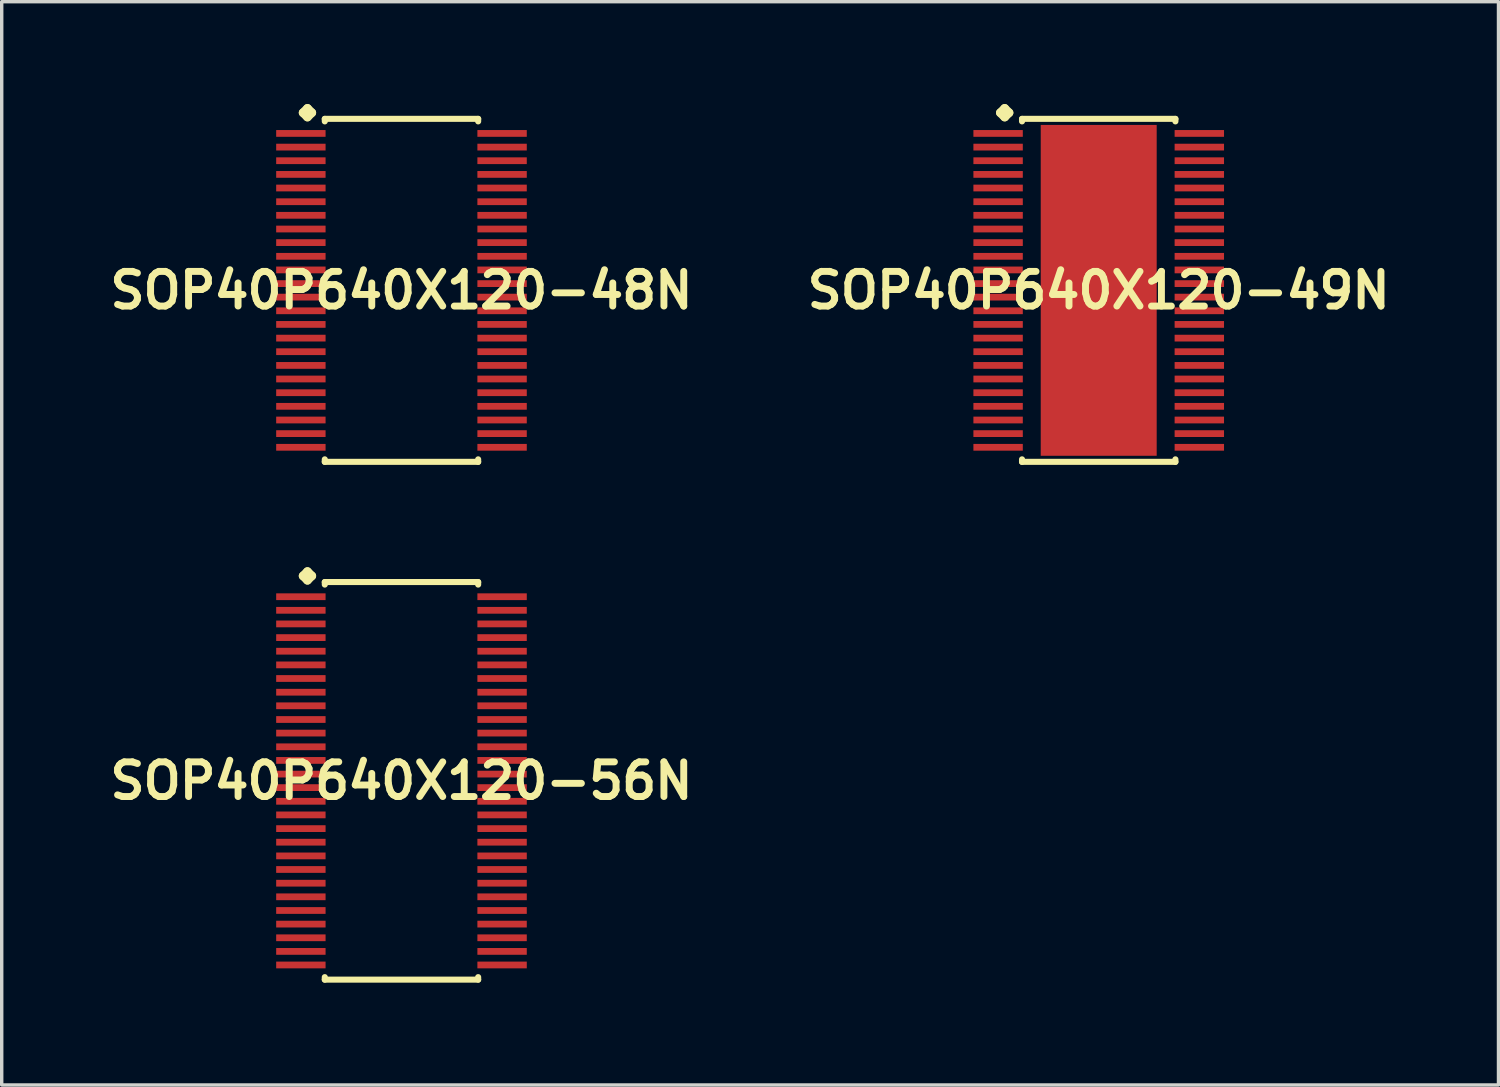
<source format=kicad_pcb>
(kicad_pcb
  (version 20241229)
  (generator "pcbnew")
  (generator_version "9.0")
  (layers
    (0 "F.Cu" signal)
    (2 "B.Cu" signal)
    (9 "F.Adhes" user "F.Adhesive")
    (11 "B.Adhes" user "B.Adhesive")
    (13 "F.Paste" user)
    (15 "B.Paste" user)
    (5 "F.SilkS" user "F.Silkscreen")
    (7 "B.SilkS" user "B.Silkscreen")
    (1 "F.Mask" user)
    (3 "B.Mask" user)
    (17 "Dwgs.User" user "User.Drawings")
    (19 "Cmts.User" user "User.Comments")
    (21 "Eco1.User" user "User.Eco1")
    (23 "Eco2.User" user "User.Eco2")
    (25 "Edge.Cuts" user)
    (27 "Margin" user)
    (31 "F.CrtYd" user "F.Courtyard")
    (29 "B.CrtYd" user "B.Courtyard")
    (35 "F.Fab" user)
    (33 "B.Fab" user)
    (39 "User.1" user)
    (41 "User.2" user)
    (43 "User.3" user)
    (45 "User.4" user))
  (footprint "SOP40P640X120-56N"
    (layer "F.Cu")
    (at 8.718 19.838)
    (property "Reference" "SOP40P640X120-56N" (at 0 0 0) (layer "F.SilkS") (effects (font (size 1.016 1.016) (thickness 0.203))))
    (attr smd)
    (fp_line (start -2.883 -6.007) (end -2.756 -6.134) (stroke (width 0.254) (type solid)) (layer "F.SilkS"))
    (fp_line (start -2.756 -6.134) (end -2.629 -6.007) (stroke (width 0.254) (type solid)) (layer "F.SilkS"))
    (fp_line (start -2.756 -5.88) (end -2.883 -6.007) (stroke (width 0.254) (type solid)) (layer "F.SilkS"))
    (fp_line (start -2.629 -6.007) (end -2.756 -5.88) (stroke (width 0.254) (type solid)) (layer "F.SilkS"))
    (fp_line (start -2.248 -5.827) (end 2.248 -5.827) (stroke (width 0.178) (type solid)) (layer "F.SilkS"))
    (fp_line (start -2.248 -5.753) (end -2.248 -5.827) (stroke (width 0.178) (type solid)) (layer "F.SilkS"))
    (fp_line (start -2.248 5.753) (end -2.248 5.827) (stroke (width 0.178) (type solid)) (layer "F.SilkS"))
    (fp_line (start -2.248 5.827) (end 2.248 5.827) (stroke (width 0.178) (type solid)) (layer "F.SilkS"))
    (fp_line (start 2.248 -5.827) (end 2.248 -5.753) (stroke (width 0.178) (type solid)) (layer "F.SilkS"))
    (fp_line (start 2.248 5.827) (end 2.248 5.753) (stroke (width 0.178) (type solid)) (layer "F.SilkS"))
    (pad "1" smd rect (at -2.949 -5.397) (size 1.448 0.198) (layers "F.Cu" "F.Mask" "F.Paste"))
    (pad "2" smd rect (at -2.949 -4.999) (size 1.448 0.198) (layers "F.Cu" "F.Mask" "F.Paste"))
    (pad "3" smd rect (at -2.949 -4.6) (size 1.448 0.198) (layers "F.Cu" "F.Mask" "F.Paste"))
    (pad "4" smd rect (at -2.949 -4.199) (size 1.448 0.198) (layers "F.Cu" "F.Mask" "F.Paste"))
    (pad "5" smd rect (at -2.949 -3.8) (size 1.448 0.198) (layers "F.Cu" "F.Mask" "F.Paste"))
    (pad "6" smd rect (at -2.949 -3.399) (size 1.448 0.198) (layers "F.Cu" "F.Mask" "F.Paste"))
    (pad "7" smd rect (at -2.949 -3) (size 1.448 0.198) (layers "F.Cu" "F.Mask" "F.Paste"))
    (pad "8" smd rect (at -2.949 -2.598) (size 1.448 0.198) (layers "F.Cu" "F.Mask" "F.Paste"))
    (pad "9" smd rect (at -2.949 -2.2) (size 1.448 0.198) (layers "F.Cu" "F.Mask" "F.Paste"))
    (pad "10" smd rect (at -2.949 -1.798) (size 1.448 0.198) (layers "F.Cu" "F.Mask" "F.Paste"))
    (pad "11" smd rect (at -2.949 -1.4) (size 1.448 0.198) (layers "F.Cu" "F.Mask" "F.Paste"))
    (pad "12" smd rect (at -2.949 -0.998) (size 1.448 0.198) (layers "F.Cu" "F.Mask" "F.Paste"))
    (pad "13" smd rect (at -2.949 -0.599) (size 1.448 0.198) (layers "F.Cu" "F.Mask" "F.Paste"))
    (pad "14" smd rect (at -2.949 -0.198) (size 1.448 0.198) (layers "F.Cu" "F.Mask" "F.Paste"))
    (pad "15" smd rect (at -2.949 0.198) (size 1.448 0.198) (layers "F.Cu" "F.Mask" "F.Paste"))
    (pad "16" smd rect (at -2.949 0.599) (size 1.448 0.198) (layers "F.Cu" "F.Mask" "F.Paste"))
    (pad "17" smd rect (at -2.949 0.998) (size 1.448 0.198) (layers "F.Cu" "F.Mask" "F.Paste"))
    (pad "18" smd rect (at -2.949 1.4) (size 1.448 0.198) (layers "F.Cu" "F.Mask" "F.Paste"))
    (pad "19" smd rect (at -2.949 1.798) (size 1.448 0.198) (layers "F.Cu" "F.Mask" "F.Paste"))
    (pad "20" smd rect (at -2.949 2.2) (size 1.448 0.198) (layers "F.Cu" "F.Mask" "F.Paste"))
    (pad "21" smd rect (at -2.949 2.598) (size 1.448 0.198) (layers "F.Cu" "F.Mask" "F.Paste"))
    (pad "22" smd rect (at -2.949 3) (size 1.448 0.198) (layers "F.Cu" "F.Mask" "F.Paste"))
    (pad "23" smd rect (at -2.949 3.399) (size 1.448 0.198) (layers "F.Cu" "F.Mask" "F.Paste"))
    (pad "24" smd rect (at -2.949 3.8) (size 1.448 0.198) (layers "F.Cu" "F.Mask" "F.Paste"))
    (pad "25" smd rect (at -2.949 4.199) (size 1.448 0.198) (layers "F.Cu" "F.Mask" "F.Paste"))
    (pad "26" smd rect (at -2.949 4.6) (size 1.448 0.198) (layers "F.Cu" "F.Mask" "F.Paste"))
    (pad "27" smd rect (at -2.949 4.999) (size 1.448 0.198) (layers "F.Cu" "F.Mask" "F.Paste"))
    (pad "28" smd rect (at -2.949 5.397) (size 1.448 0.198) (layers "F.Cu" "F.Mask" "F.Paste"))
    (pad "29" smd rect (at 2.949 5.397) (size 1.448 0.198) (layers "F.Cu" "F.Mask" "F.Paste"))
    (pad "30" smd rect (at 2.949 4.999) (size 1.448 0.198) (layers "F.Cu" "F.Mask" "F.Paste"))
    (pad "31" smd rect (at 2.949 4.6) (size 1.448 0.198) (layers "F.Cu" "F.Mask" "F.Paste"))
    (pad "32" smd rect (at 2.949 4.199) (size 1.448 0.198) (layers "F.Cu" "F.Mask" "F.Paste"))
    (pad "33" smd rect (at 2.949 3.8) (size 1.448 0.198) (layers "F.Cu" "F.Mask" "F.Paste"))
    (pad "34" smd rect (at 2.949 3.399) (size 1.448 0.198) (layers "F.Cu" "F.Mask" "F.Paste"))
    (pad "35" smd rect (at 2.949 3) (size 1.448 0.198) (layers "F.Cu" "F.Mask" "F.Paste"))
    (pad "36" smd rect (at 2.949 2.598) (size 1.448 0.198) (layers "F.Cu" "F.Mask" "F.Paste"))
    (pad "37" smd rect (at 2.949 2.2) (size 1.448 0.198) (layers "F.Cu" "F.Mask" "F.Paste"))
    (pad "38" smd rect (at 2.949 1.798) (size 1.448 0.198) (layers "F.Cu" "F.Mask" "F.Paste"))
    (pad "39" smd rect (at 2.949 1.4) (size 1.448 0.198) (layers "F.Cu" "F.Mask" "F.Paste"))
    (pad "40" smd rect (at 2.949 0.998) (size 1.448 0.198) (layers "F.Cu" "F.Mask" "F.Paste"))
    (pad "41" smd rect (at 2.949 0.599) (size 1.448 0.198) (layers "F.Cu" "F.Mask" "F.Paste"))
    (pad "42" smd rect (at 2.949 0.198) (size 1.448 0.198) (layers "F.Cu" "F.Mask" "F.Paste"))
    (pad "43" smd rect (at 2.949 -0.198) (size 1.448 0.198) (layers "F.Cu" "F.Mask" "F.Paste"))
    (pad "44" smd rect (at 2.949 -0.599) (size 1.448 0.198) (layers "F.Cu" "F.Mask" "F.Paste"))
    (pad "45" smd rect (at 2.949 -0.998) (size 1.448 0.198) (layers "F.Cu" "F.Mask" "F.Paste"))
    (pad "46" smd rect (at 2.949 -1.4) (size 1.448 0.198) (layers "F.Cu" "F.Mask" "F.Paste"))
    (pad "47" smd rect (at 2.949 -1.798) (size 1.448 0.198) (layers "F.Cu" "F.Mask" "F.Paste"))
    (pad "48" smd rect (at 2.949 -2.2) (size 1.448 0.198) (layers "F.Cu" "F.Mask" "F.Paste"))
    (pad "49" smd rect (at 2.949 -2.598) (size 1.448 0.198) (layers "F.Cu" "F.Mask" "F.Paste"))
    (pad "50" smd rect (at 2.949 -3) (size 1.448 0.198) (layers "F.Cu" "F.Mask" "F.Paste"))
    (pad "51" smd rect (at 2.949 -3.399) (size 1.448 0.198) (layers "F.Cu" "F.Mask" "F.Paste"))
    (pad "52" smd rect (at 2.949 -3.8) (size 1.448 0.198) (layers "F.Cu" "F.Mask" "F.Paste"))
    (pad "53" smd rect (at 2.949 -4.199) (size 1.448 0.198) (layers "F.Cu" "F.Mask" "F.Paste"))
    (pad "54" smd rect (at 2.949 -4.6) (size 1.448 0.198) (layers "F.Cu" "F.Mask" "F.Paste"))
    (pad "55" smd rect (at 2.949 -4.999) (size 1.448 0.198) (layers "F.Cu" "F.Mask" "F.Paste"))
    (pad "56" smd rect (at 2.949 -5.397) (size 1.448 0.198) (layers "F.Cu" "F.Mask" "F.Paste")))
  (footprint "SOP40P640X120-49N"
    (layer "F.Cu")
    (at 29.155 5.461)
    (property "Reference" "SOP40P640X120-49N" (at 0 0 0) (layer "F.SilkS") (effects (font (size 1.016 1.016) (thickness 0.203))))
    (attr smd)
    (fp_line (start -2.883 -5.207) (end -2.756 -5.334) (stroke (width 0.254) (type solid)) (layer "F.SilkS"))
    (fp_line (start -2.756 -5.334) (end -2.629 -5.207) (stroke (width 0.254) (type solid)) (layer "F.SilkS"))
    (fp_line (start -2.756 -5.08) (end -2.883 -5.207) (stroke (width 0.254) (type solid)) (layer "F.SilkS"))
    (fp_line (start -2.629 -5.207) (end -2.756 -5.08) (stroke (width 0.254) (type solid)) (layer "F.SilkS"))
    (fp_line (start -2.248 -5.027) (end 2.248 -5.027) (stroke (width 0.178) (type solid)) (layer "F.SilkS"))
    (fp_line (start -2.248 -4.953) (end -2.248 -5.027) (stroke (width 0.178) (type solid)) (layer "F.SilkS"))
    (fp_line (start -2.248 4.953) (end -2.248 5.027) (stroke (width 0.178) (type solid)) (layer "F.SilkS"))
    (fp_line (start -2.248 5.027) (end 2.248 5.027) (stroke (width 0.178) (type solid)) (layer "F.SilkS"))
    (fp_line (start 2.248 -5.027) (end 2.248 -4.953) (stroke (width 0.178) (type solid)) (layer "F.SilkS"))
    (fp_line (start 2.248 5.027) (end 2.248 4.953) (stroke (width 0.178) (type solid)) (layer "F.SilkS"))
    (pad "1" smd rect (at -2.949 -4.6) (size 1.448 0.198) (layers "F.Cu" "F.Mask" "F.Paste"))
    (pad "2" smd rect (at -2.949 -4.199) (size 1.448 0.198) (layers "F.Cu" "F.Mask" "F.Paste"))
    (pad "3" smd rect (at -2.949 -3.8) (size 1.448 0.198) (layers "F.Cu" "F.Mask" "F.Paste"))
    (pad "4" smd rect (at -2.949 -3.399) (size 1.448 0.198) (layers "F.Cu" "F.Mask" "F.Paste"))
    (pad "5" smd rect (at -2.949 -3) (size 1.448 0.198) (layers "F.Cu" "F.Mask" "F.Paste"))
    (pad "6" smd rect (at -2.949 -2.598) (size 1.448 0.198) (layers "F.Cu" "F.Mask" "F.Paste"))
    (pad "7" smd rect (at -2.949 -2.2) (size 1.448 0.198) (layers "F.Cu" "F.Mask" "F.Paste"))
    (pad "8" smd rect (at -2.949 -1.798) (size 1.448 0.198) (layers "F.Cu" "F.Mask" "F.Paste"))
    (pad "9" smd rect (at -2.949 -1.4) (size 1.448 0.198) (layers "F.Cu" "F.Mask" "F.Paste"))
    (pad "10" smd rect (at -2.949 -0.998) (size 1.448 0.198) (layers "F.Cu" "F.Mask" "F.Paste"))
    (pad "11" smd rect (at -2.949 -0.599) (size 1.448 0.198) (layers "F.Cu" "F.Mask" "F.Paste"))
    (pad "12" smd rect (at -2.949 -0.198) (size 1.448 0.198) (layers "F.Cu" "F.Mask" "F.Paste"))
    (pad "13" smd rect (at -2.949 0.198) (size 1.448 0.198) (layers "F.Cu" "F.Mask" "F.Paste"))
    (pad "14" smd rect (at -2.949 0.599) (size 1.448 0.198) (layers "F.Cu" "F.Mask" "F.Paste"))
    (pad "15" smd rect (at -2.949 0.998) (size 1.448 0.198) (layers "F.Cu" "F.Mask" "F.Paste"))
    (pad "16" smd rect (at -2.949 1.4) (size 1.448 0.198) (layers "F.Cu" "F.Mask" "F.Paste"))
    (pad "17" smd rect (at -2.949 1.798) (size 1.448 0.198) (layers "F.Cu" "F.Mask" "F.Paste"))
    (pad "18" smd rect (at -2.949 2.2) (size 1.448 0.198) (layers "F.Cu" "F.Mask" "F.Paste"))
    (pad "19" smd rect (at -2.949 2.598) (size 1.448 0.198) (layers "F.Cu" "F.Mask" "F.Paste"))
    (pad "20" smd rect (at -2.949 3) (size 1.448 0.198) (layers "F.Cu" "F.Mask" "F.Paste"))
    (pad "21" smd rect (at -2.949 3.399) (size 1.448 0.198) (layers "F.Cu" "F.Mask" "F.Paste"))
    (pad "22" smd rect (at -2.949 3.8) (size 1.448 0.198) (layers "F.Cu" "F.Mask" "F.Paste"))
    (pad "23" smd rect (at -2.949 4.199) (size 1.448 0.198) (layers "F.Cu" "F.Mask" "F.Paste"))
    (pad "24" smd rect (at -2.949 4.6) (size 1.448 0.198) (layers "F.Cu" "F.Mask" "F.Paste"))
    (pad "25" smd rect (at 2.949 4.6) (size 1.448 0.198) (layers "F.Cu" "F.Mask" "F.Paste"))
    (pad "26" smd rect (at 2.949 4.199) (size 1.448 0.198) (layers "F.Cu" "F.Mask" "F.Paste"))
    (pad "27" smd rect (at 2.949 3.8) (size 1.448 0.198) (layers "F.Cu" "F.Mask" "F.Paste"))
    (pad "28" smd rect (at 2.949 3.399) (size 1.448 0.198) (layers "F.Cu" "F.Mask" "F.Paste"))
    (pad "29" smd rect (at 2.949 3) (size 1.448 0.198) (layers "F.Cu" "F.Mask" "F.Paste"))
    (pad "30" smd rect (at 2.949 2.598) (size 1.448 0.198) (layers "F.Cu" "F.Mask" "F.Paste"))
    (pad "31" smd rect (at 2.949 2.2) (size 1.448 0.198) (layers "F.Cu" "F.Mask" "F.Paste"))
    (pad "32" smd rect (at 2.949 1.798) (size 1.448 0.198) (layers "F.Cu" "F.Mask" "F.Paste"))
    (pad "33" smd rect (at 2.949 1.4) (size 1.448 0.198) (layers "F.Cu" "F.Mask" "F.Paste"))
    (pad "34" smd rect (at 2.949 0.998) (size 1.448 0.198) (layers "F.Cu" "F.Mask" "F.Paste"))
    (pad "35" smd rect (at 2.949 0.599) (size 1.448 0.198) (layers "F.Cu" "F.Mask" "F.Paste"))
    (pad "36" smd rect (at 2.949 0.198) (size 1.448 0.198) (layers "F.Cu" "F.Mask" "F.Paste"))
    (pad "37" smd rect (at 2.949 -0.198) (size 1.448 0.198) (layers "F.Cu" "F.Mask" "F.Paste"))
    (pad "38" smd rect (at 2.949 -0.599) (size 1.448 0.198) (layers "F.Cu" "F.Mask" "F.Paste"))
    (pad "39" smd rect (at 2.949 -0.998) (size 1.448 0.198) (layers "F.Cu" "F.Mask" "F.Paste"))
    (pad "40" smd rect (at 2.949 -1.4) (size 1.448 0.198) (layers "F.Cu" "F.Mask" "F.Paste"))
    (pad "41" smd rect (at 2.949 -1.798) (size 1.448 0.198) (layers "F.Cu" "F.Mask" "F.Paste"))
    (pad "42" smd rect (at 2.949 -2.2) (size 1.448 0.198) (layers "F.Cu" "F.Mask" "F.Paste"))
    (pad "43" smd rect (at 2.949 -2.598) (size 1.448 0.198) (layers "F.Cu" "F.Mask" "F.Paste"))
    (pad "44" smd rect (at 2.949 -3) (size 1.448 0.198) (layers "F.Cu" "F.Mask" "F.Paste"))
    (pad "45" smd rect (at 2.949 -3.399) (size 1.448 0.198) (layers "F.Cu" "F.Mask" "F.Paste"))
    (pad "46" smd rect (at 2.949 -3.8) (size 1.448 0.198) (layers "F.Cu" "F.Mask" "F.Paste"))
    (pad "47" smd rect (at 2.949 -4.199) (size 1.448 0.198) (layers "F.Cu" "F.Mask" "F.Paste"))
    (pad "48" smd rect (at 2.949 -4.6) (size 1.448 0.198) (layers "F.Cu" "F.Mask" "F.Paste"))
    (pad "49" smd rect (at 0 0) (size 3.399 9.698) (layers "F.Cu" "F.Mask" "F.Paste")))
  (footprint "SOP40P640X120-48N"
    (layer "F.Cu")
    (at 8.718 5.461)
    (property "Reference" "SOP40P640X120-48N" (at 0 0 0) (layer "F.SilkS") (effects (font (size 1.016 1.016) (thickness 0.203))))
    (attr smd)
    (fp_line (start -2.883 -5.207) (end -2.756 -5.334) (stroke (width 0.254) (type solid)) (layer "F.SilkS"))
    (fp_line (start -2.756 -5.334) (end -2.629 -5.207) (stroke (width 0.254) (type solid)) (layer "F.SilkS"))
    (fp_line (start -2.756 -5.08) (end -2.883 -5.207) (stroke (width 0.254) (type solid)) (layer "F.SilkS"))
    (fp_line (start -2.629 -5.207) (end -2.756 -5.08) (stroke (width 0.254) (type solid)) (layer "F.SilkS"))
    (fp_line (start -2.248 -5.027) (end 2.248 -5.027) (stroke (width 0.178) (type solid)) (layer "F.SilkS"))
    (fp_line (start -2.248 -4.953) (end -2.248 -5.027) (stroke (width 0.178) (type solid)) (layer "F.SilkS"))
    (fp_line (start -2.248 4.953) (end -2.248 5.027) (stroke (width 0.178) (type solid)) (layer "F.SilkS"))
    (fp_line (start -2.248 5.027) (end 2.248 5.027) (stroke (width 0.178) (type solid)) (layer "F.SilkS"))
    (fp_line (start 2.248 -5.027) (end 2.248 -4.953) (stroke (width 0.178) (type solid)) (layer "F.SilkS"))
    (fp_line (start 2.248 5.027) (end 2.248 4.953) (stroke (width 0.178) (type solid)) (layer "F.SilkS"))
    (pad "1" smd rect (at -2.949 -4.6) (size 1.448 0.198) (layers "F.Cu" "F.Mask" "F.Paste"))
    (pad "2" smd rect (at -2.949 -4.199) (size 1.448 0.198) (layers "F.Cu" "F.Mask" "F.Paste"))
    (pad "3" smd rect (at -2.949 -3.8) (size 1.448 0.198) (layers "F.Cu" "F.Mask" "F.Paste"))
    (pad "4" smd rect (at -2.949 -3.399) (size 1.448 0.198) (layers "F.Cu" "F.Mask" "F.Paste"))
    (pad "5" smd rect (at -2.949 -3) (size 1.448 0.198) (layers "F.Cu" "F.Mask" "F.Paste"))
    (pad "6" smd rect (at -2.949 -2.598) (size 1.448 0.198) (layers "F.Cu" "F.Mask" "F.Paste"))
    (pad "7" smd rect (at -2.949 -2.2) (size 1.448 0.198) (layers "F.Cu" "F.Mask" "F.Paste"))
    (pad "8" smd rect (at -2.949 -1.798) (size 1.448 0.198) (layers "F.Cu" "F.Mask" "F.Paste"))
    (pad "9" smd rect (at -2.949 -1.4) (size 1.448 0.198) (layers "F.Cu" "F.Mask" "F.Paste"))
    (pad "10" smd rect (at -2.949 -0.998) (size 1.448 0.198) (layers "F.Cu" "F.Mask" "F.Paste"))
    (pad "11" smd rect (at -2.949 -0.599) (size 1.448 0.198) (layers "F.Cu" "F.Mask" "F.Paste"))
    (pad "12" smd rect (at -2.949 -0.198) (size 1.448 0.198) (layers "F.Cu" "F.Mask" "F.Paste"))
    (pad "13" smd rect (at -2.949 0.198) (size 1.448 0.198) (layers "F.Cu" "F.Mask" "F.Paste"))
    (pad "14" smd rect (at -2.949 0.599) (size 1.448 0.198) (layers "F.Cu" "F.Mask" "F.Paste"))
    (pad "15" smd rect (at -2.949 0.998) (size 1.448 0.198) (layers "F.Cu" "F.Mask" "F.Paste"))
    (pad "16" smd rect (at -2.949 1.4) (size 1.448 0.198) (layers "F.Cu" "F.Mask" "F.Paste"))
    (pad "17" smd rect (at -2.949 1.798) (size 1.448 0.198) (layers "F.Cu" "F.Mask" "F.Paste"))
    (pad "18" smd rect (at -2.949 2.2) (size 1.448 0.198) (layers "F.Cu" "F.Mask" "F.Paste"))
    (pad "19" smd rect (at -2.949 2.598) (size 1.448 0.198) (layers "F.Cu" "F.Mask" "F.Paste"))
    (pad "20" smd rect (at -2.949 3) (size 1.448 0.198) (layers "F.Cu" "F.Mask" "F.Paste"))
    (pad "21" smd rect (at -2.949 3.399) (size 1.448 0.198) (layers "F.Cu" "F.Mask" "F.Paste"))
    (pad "22" smd rect (at -2.949 3.8) (size 1.448 0.198) (layers "F.Cu" "F.Mask" "F.Paste"))
    (pad "23" smd rect (at -2.949 4.199) (size 1.448 0.198) (layers "F.Cu" "F.Mask" "F.Paste"))
    (pad "24" smd rect (at -2.949 4.6) (size 1.448 0.198) (layers "F.Cu" "F.Mask" "F.Paste"))
    (pad "25" smd rect (at 2.949 4.6) (size 1.448 0.198) (layers "F.Cu" "F.Mask" "F.Paste"))
    (pad "26" smd rect (at 2.949 4.199) (size 1.448 0.198) (layers "F.Cu" "F.Mask" "F.Paste"))
    (pad "27" smd rect (at 2.949 3.8) (size 1.448 0.198) (layers "F.Cu" "F.Mask" "F.Paste"))
    (pad "28" smd rect (at 2.949 3.399) (size 1.448 0.198) (layers "F.Cu" "F.Mask" "F.Paste"))
    (pad "29" smd rect (at 2.949 3) (size 1.448 0.198) (layers "F.Cu" "F.Mask" "F.Paste"))
    (pad "30" smd rect (at 2.949 2.598) (size 1.448 0.198) (layers "F.Cu" "F.Mask" "F.Paste"))
    (pad "31" smd rect (at 2.949 2.2) (size 1.448 0.198) (layers "F.Cu" "F.Mask" "F.Paste"))
    (pad "32" smd rect (at 2.949 1.798) (size 1.448 0.198) (layers "F.Cu" "F.Mask" "F.Paste"))
    (pad "33" smd rect (at 2.949 1.4) (size 1.448 0.198) (layers "F.Cu" "F.Mask" "F.Paste"))
    (pad "34" smd rect (at 2.949 0.998) (size 1.448 0.198) (layers "F.Cu" "F.Mask" "F.Paste"))
    (pad "35" smd rect (at 2.949 0.599) (size 1.448 0.198) (layers "F.Cu" "F.Mask" "F.Paste"))
    (pad "36" smd rect (at 2.949 0.198) (size 1.448 0.198) (layers "F.Cu" "F.Mask" "F.Paste"))
    (pad "37" smd rect (at 2.949 -0.198) (size 1.448 0.198) (layers "F.Cu" "F.Mask" "F.Paste"))
    (pad "38" smd rect (at 2.949 -0.599) (size 1.448 0.198) (layers "F.Cu" "F.Mask" "F.Paste"))
    (pad "39" smd rect (at 2.949 -0.998) (size 1.448 0.198) (layers "F.Cu" "F.Mask" "F.Paste"))
    (pad "40" smd rect (at 2.949 -1.4) (size 1.448 0.198) (layers "F.Cu" "F.Mask" "F.Paste"))
    (pad "41" smd rect (at 2.949 -1.798) (size 1.448 0.198) (layers "F.Cu" "F.Mask" "F.Paste"))
    (pad "42" smd rect (at 2.949 -2.2) (size 1.448 0.198) (layers "F.Cu" "F.Mask" "F.Paste"))
    (pad "43" smd rect (at 2.949 -2.598) (size 1.448 0.198) (layers "F.Cu" "F.Mask" "F.Paste"))
    (pad "44" smd rect (at 2.949 -3) (size 1.448 0.198) (layers "F.Cu" "F.Mask" "F.Paste"))
    (pad "45" smd rect (at 2.949 -3.399) (size 1.448 0.198) (layers "F.Cu" "F.Mask" "F.Paste"))
    (pad "46" smd rect (at 2.949 -3.8) (size 1.448 0.198) (layers "F.Cu" "F.Mask" "F.Paste"))
    (pad "47" smd rect (at 2.949 -4.199) (size 1.448 0.198) (layers "F.Cu" "F.Mask" "F.Paste"))
    (pad "48" smd rect (at 2.949 -4.6) (size 1.448 0.198) (layers "F.Cu" "F.Mask" "F.Paste")))
  (gr_rect
    (start -3 -3)
    (end 40.873 28.753)
    (stroke (width 0.1) (type default))
    (fill no)
    (layer "Edge.Cuts")))
</source>
